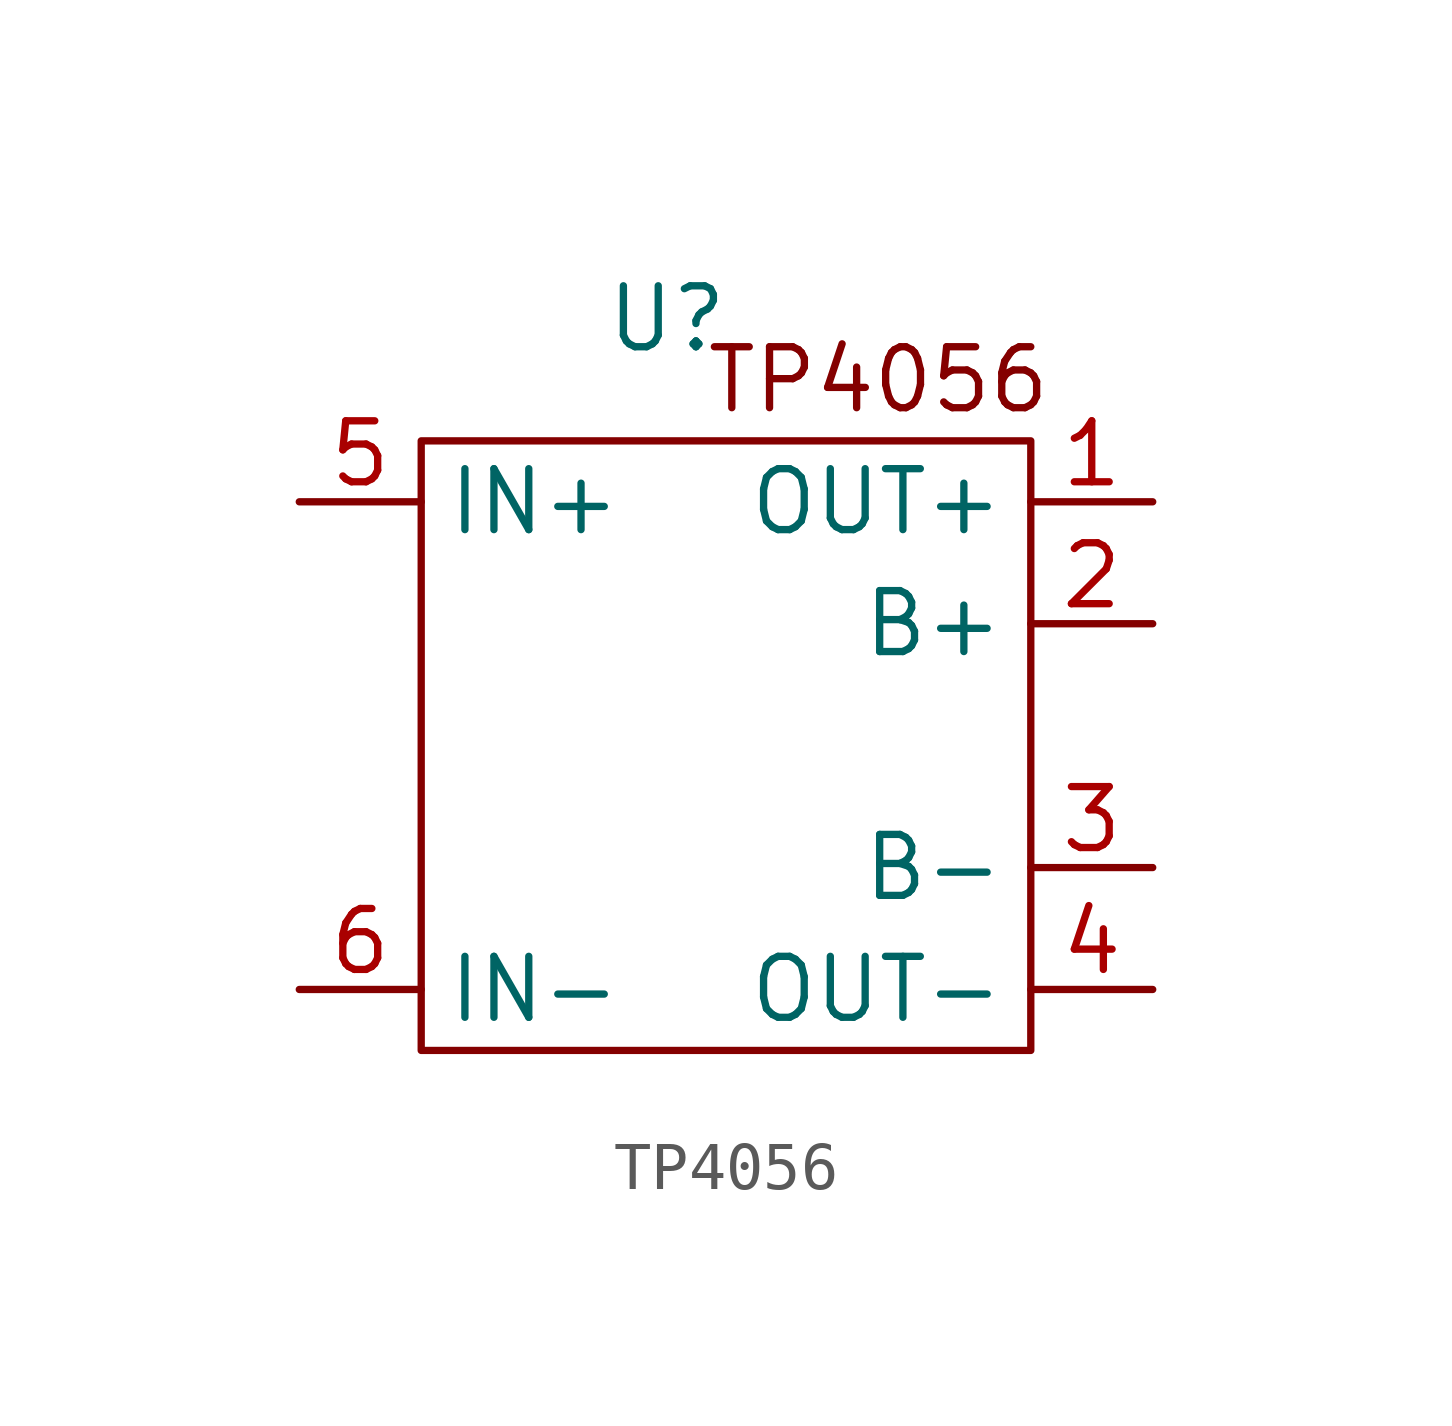
<source format=kicad_sym>
(kicad_symbol_lib
  (version 20220914)
  (generator kicad_symbol_editor)
  (symbol "TP4056"
    (property "Reference" "U"
      (at 0 0 0)
      (effects (font (size 1.27 1.27)) (justify left)))
    (property "Value" ""
      (at 0 0 0)
      (effects (font (size 1.27 1.27))))
    (symbol "TP4056_0_1"
      (rectangle (start -3.81 -2.54) (end 8.89 -15.24) (stroke (width 0) (type default)) (fill (type none))))
    (symbol "TP4056_1_1"
      (text "TP4056" (at 5.715 -1.27 0) (effects (font (size 1.27 1.27))))
      (pin power_in line (at 11.43 -3.81 180) (length 2.54) (name "OUT+" (effects (font (size 1.27 1.27)))) (number "1" (effects (font (size 1.27 1.27)))))
      (pin power_in line (at 11.43 -6.35 180) (length 2.54) (name "B+" (effects (font (size 1.27 1.27)))) (number "2" (effects (font (size 1.27 1.27)))))
      (pin power_out line (at 11.43 -11.43 180) (length 2.54) (name "B-" (effects (font (size 1.27 1.27)))) (number "3" (effects (font (size 1.27 1.27)))))
      (pin power_in line (at 11.43 -13.97 180) (length 2.54) (name "OUT-" (effects (font (size 1.27 1.27)))) (number "4" (effects (font (size 1.27 1.27)))))
      (pin input line (at -6.35 -3.81 0) (length 2.54) (name "IN+" (effects (font (size 1.27 1.27)))) (number "5" (effects (font (size 1.27 1.27)))))
      (pin input line (at -6.35 -13.97 0) (length 2.54) (name "IN-" (effects (font (size 1.27 1.27)))) (number "6" (effects (font (size 1.27 1.27))))))))
</source>
